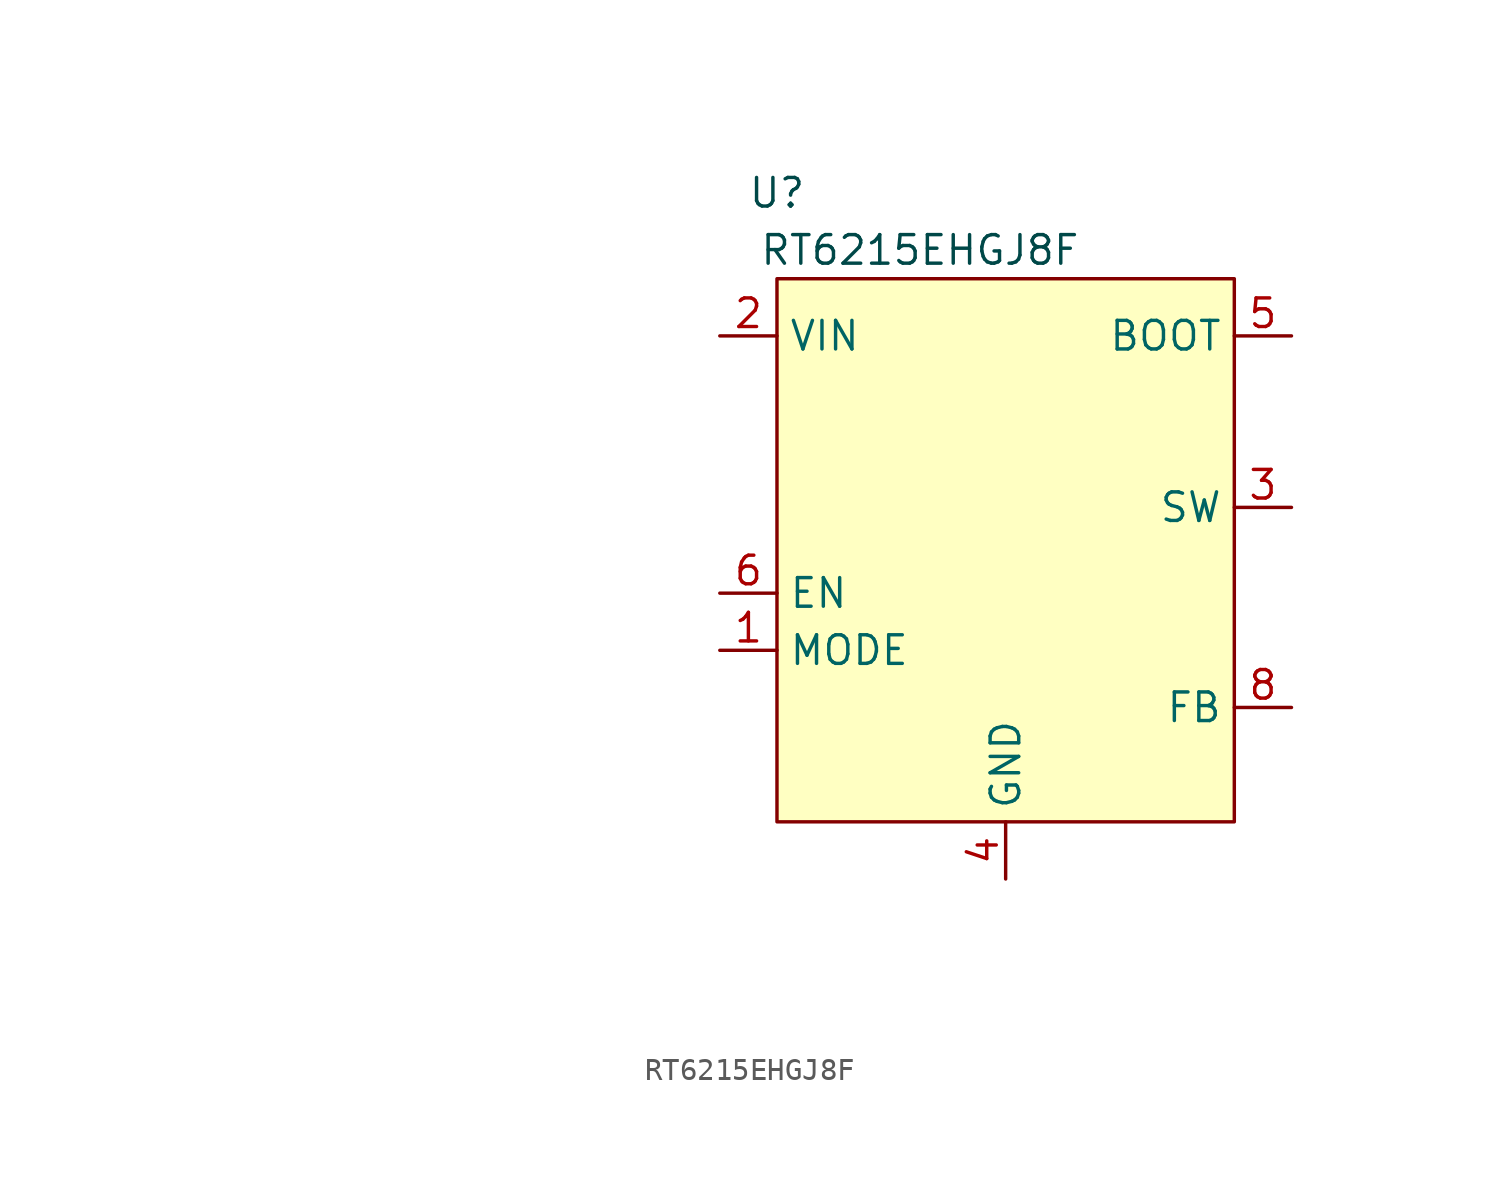
<source format=kicad_sym>
(kicad_symbol_lib
  (version 20220914)
  (generator kicad_symbol_editor)
  (symbol "RT6215EHGJ8F"
    (property "Reference" "U"
      (at -10.16 15.24 0)
      (effects (font (size 1.27 1.27) (color 0 72 72 1))))
    (property "Value" ""
      (at -35.56 -19.05 0)
      (effects (font (size 1.27 1.27))))
    (symbol "RT6215EHGJ8F_1_1"
      (rectangle (start -10.16 11.43) (end 10.16 -12.7) (stroke (width 0) (type default)) (fill (type background)))
      (text "RT6215EHGJ8F" (at -3.81 12.7 0) (effects (font (size 1.27 1.27) (color 0 72 72 1))))
      (pin input line (at -12.7 -5.08 0) (length 2.54) (name "MODE" (effects (font (size 1.27 1.27)))) (number "1" (effects (font (size 1.27 1.27)))))
      (pin power_in line (at -12.7 8.89 0) (length 2.54) (name "VIN" (effects (font (size 1.27 1.27)))) (number "2" (effects (font (size 1.27 1.27)))))
      (pin input line (at 12.7 1.27 180) (length 2.54) (name "SW" (effects (font (size 1.27 1.27)))) (number "3" (effects (font (size 1.27 1.27)))))
      (pin power_in line (at 0 -15.24 90) (length 2.54) (name "GND" (effects (font (size 1.27 1.27)))) (number "4" (effects (font (size 1.27 1.27)))))
      (pin input line (at 12.7 8.89 180) (length 2.54) (name "BOOT" (effects (font (size 1.27 1.27)))) (number "5" (effects (font (size 1.27 1.27)))))
      (pin input line (at -12.7 -2.54 0) (length 2.54) (name "EN" (effects (font (size 1.27 1.27)))) (number "6" (effects (font (size 1.27 1.27)))))
      (pin no_connect line (at 0 0 0) (length 2.54) hide (name "NC" (effects (font (size 1.27 1.27)))) (number "7" (effects (font (size 1.27 1.27)))))
      (pin input line (at 12.7 -7.62 180) (length 2.54) (name "FB" (effects (font (size 1.27 1.27)))) (number "8" (effects (font (size 1.27 1.27))))))))
</source>
